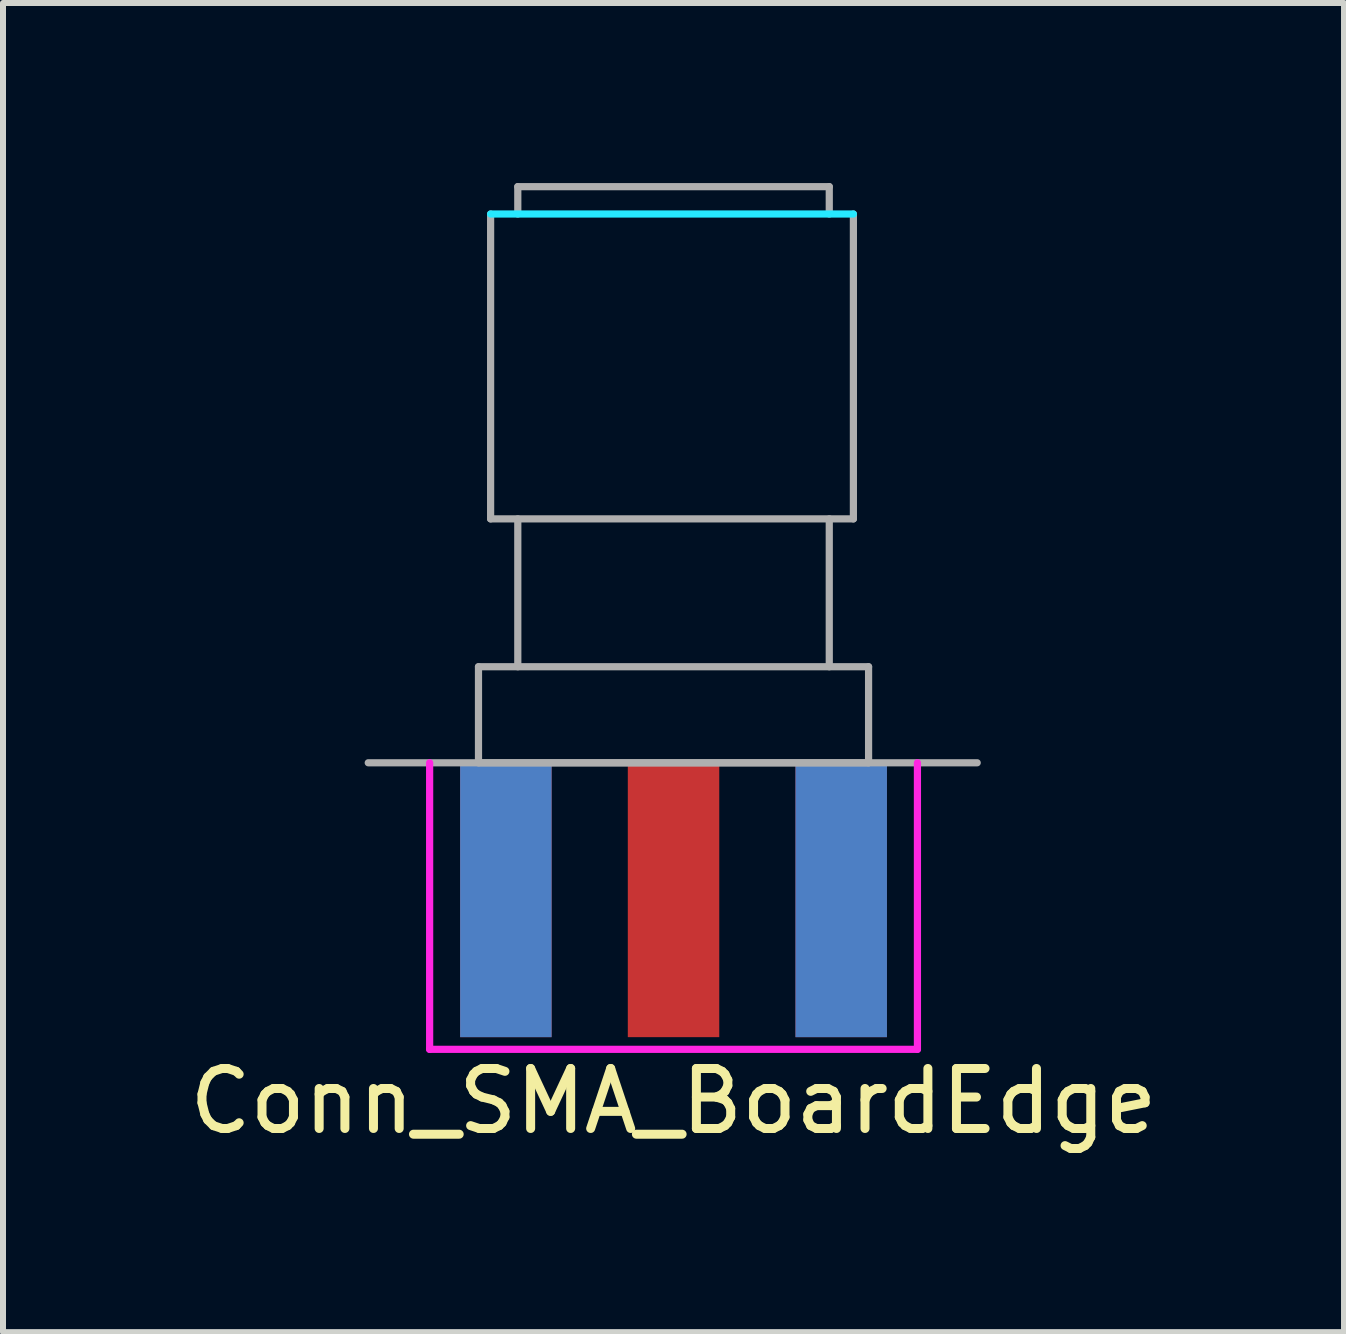
<source format=kicad_pcb>
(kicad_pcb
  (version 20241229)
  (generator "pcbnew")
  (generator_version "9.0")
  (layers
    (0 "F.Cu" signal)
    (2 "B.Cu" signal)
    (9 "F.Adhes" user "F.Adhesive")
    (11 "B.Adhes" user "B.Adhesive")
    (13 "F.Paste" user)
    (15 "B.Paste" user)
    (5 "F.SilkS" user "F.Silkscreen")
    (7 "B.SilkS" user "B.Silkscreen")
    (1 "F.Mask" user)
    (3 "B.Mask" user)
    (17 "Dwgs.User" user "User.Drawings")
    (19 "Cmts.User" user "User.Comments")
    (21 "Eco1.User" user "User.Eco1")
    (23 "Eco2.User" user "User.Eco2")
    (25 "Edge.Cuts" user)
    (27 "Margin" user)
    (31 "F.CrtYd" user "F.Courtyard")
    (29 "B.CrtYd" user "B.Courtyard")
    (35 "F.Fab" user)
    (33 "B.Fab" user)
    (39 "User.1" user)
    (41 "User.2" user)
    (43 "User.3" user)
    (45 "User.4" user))
  (footprint "Conn_SMA_BoardEdge"
    (layer "F.Cu")
    (at 8.173 9.66)
    (property "Reference" "Conn_SMA_BoardEdge" (at 0 5.639 0) (layer "F.SilkS") (effects (font (size 1 1) (thickness 0.15))))
    (attr through_hole)
    (fp_line (start 2.997 -9.144) (end -3.048 -9.144) (stroke (width 0.12) (type solid)) (layer "B.CrtYd"))
    (fp_line (start -4.064 0) (end -4.064 4.775) (stroke (width 0.12) (type solid)) (layer "F.CrtYd"))
    (fp_line (start -4.064 4.775) (end 4.064 4.775) (stroke (width 0.12) (type solid)) (layer "F.CrtYd"))
    (fp_line (start 4.064 0) (end 4.064 4.775) (stroke (width 0.12) (type solid)) (layer "F.CrtYd"))
    (fp_line (start -5.087 0) (end 5.06 0) (stroke (width 0.12) (type solid)) (layer "F.Fab"))
    (fp_line (start -3.25 -1.6) (end 3.25 -1.6) (stroke (width 0.12) (type solid)) (layer "F.Fab"))
    (fp_line (start -3.25 0) (end -3.25 -1.6) (stroke (width 0.12) (type solid)) (layer "F.Fab"))
    (fp_line (start -3.25 0) (end 3.25 0) (stroke (width 0.12) (type solid)) (layer "F.Fab"))
    (fp_line (start -3.048 -9.144) (end -3.048 -4.064) (stroke (width 0.12) (type solid)) (layer "F.Fab"))
    (fp_line (start -3.048 -4.064) (end 2.997 -4.064) (stroke (width 0.12) (type solid)) (layer "F.Fab"))
    (fp_line (start -2.595 -9.6) (end 2.595 -9.6) (stroke (width 0.12) (type solid)) (layer "F.Fab"))
    (fp_line (start -2.595 -9.144) (end -2.595 -9.6) (stroke (width 0.12) (type solid)) (layer "F.Fab"))
    (fp_line (start -2.595 -1.6) (end -2.595 -4.064) (stroke (width 0.12) (type solid)) (layer "F.Fab"))
    (fp_line (start 2.595 -9.144) (end 2.595 -9.6) (stroke (width 0.12) (type solid)) (layer "F.Fab"))
    (fp_line (start 2.595 -1.6) (end 2.595 -4.064) (stroke (width 0.12) (type solid)) (layer "F.Fab"))
    (fp_line (start 2.997 -4.064) (end 2.997 -9.144) (stroke (width 0.12) (type solid)) (layer "F.Fab"))
    (fp_line (start 3.25 0) (end 3.25 -1.6) (stroke (width 0.12) (type solid)) (layer "F.Fab"))
    (pad "1" smd rect (at 0 2.286) (size 1.524 4.572) (layers "F.Cu" "F.Mask" "F.Paste"))
    (pad "2" smd rect (at -2.794 2.286) (size 1.524 4.572) (layers "F.Cu" "F.Mask" "F.Paste"))
    (pad "2" smd rect (at -2.794 2.286) (size 1.524 4.572) (layers "B.Cu" "B.Mask" "B.Paste"))
    (pad "2" smd rect (at 2.794 2.286) (size 1.524 4.572) (layers "F.Cu" "F.Mask" "F.Paste"))
    (pad "2" smd rect (at 2.794 2.286) (size 1.524 4.572) (layers "B.Cu" "B.Mask" "B.Paste")))
  (gr_rect
    (start -3 -3)
    (end 19.345 19.147)
    (stroke (width 0.1) (type default))
    (fill no)
    (layer "Edge.Cuts")))
</source>
